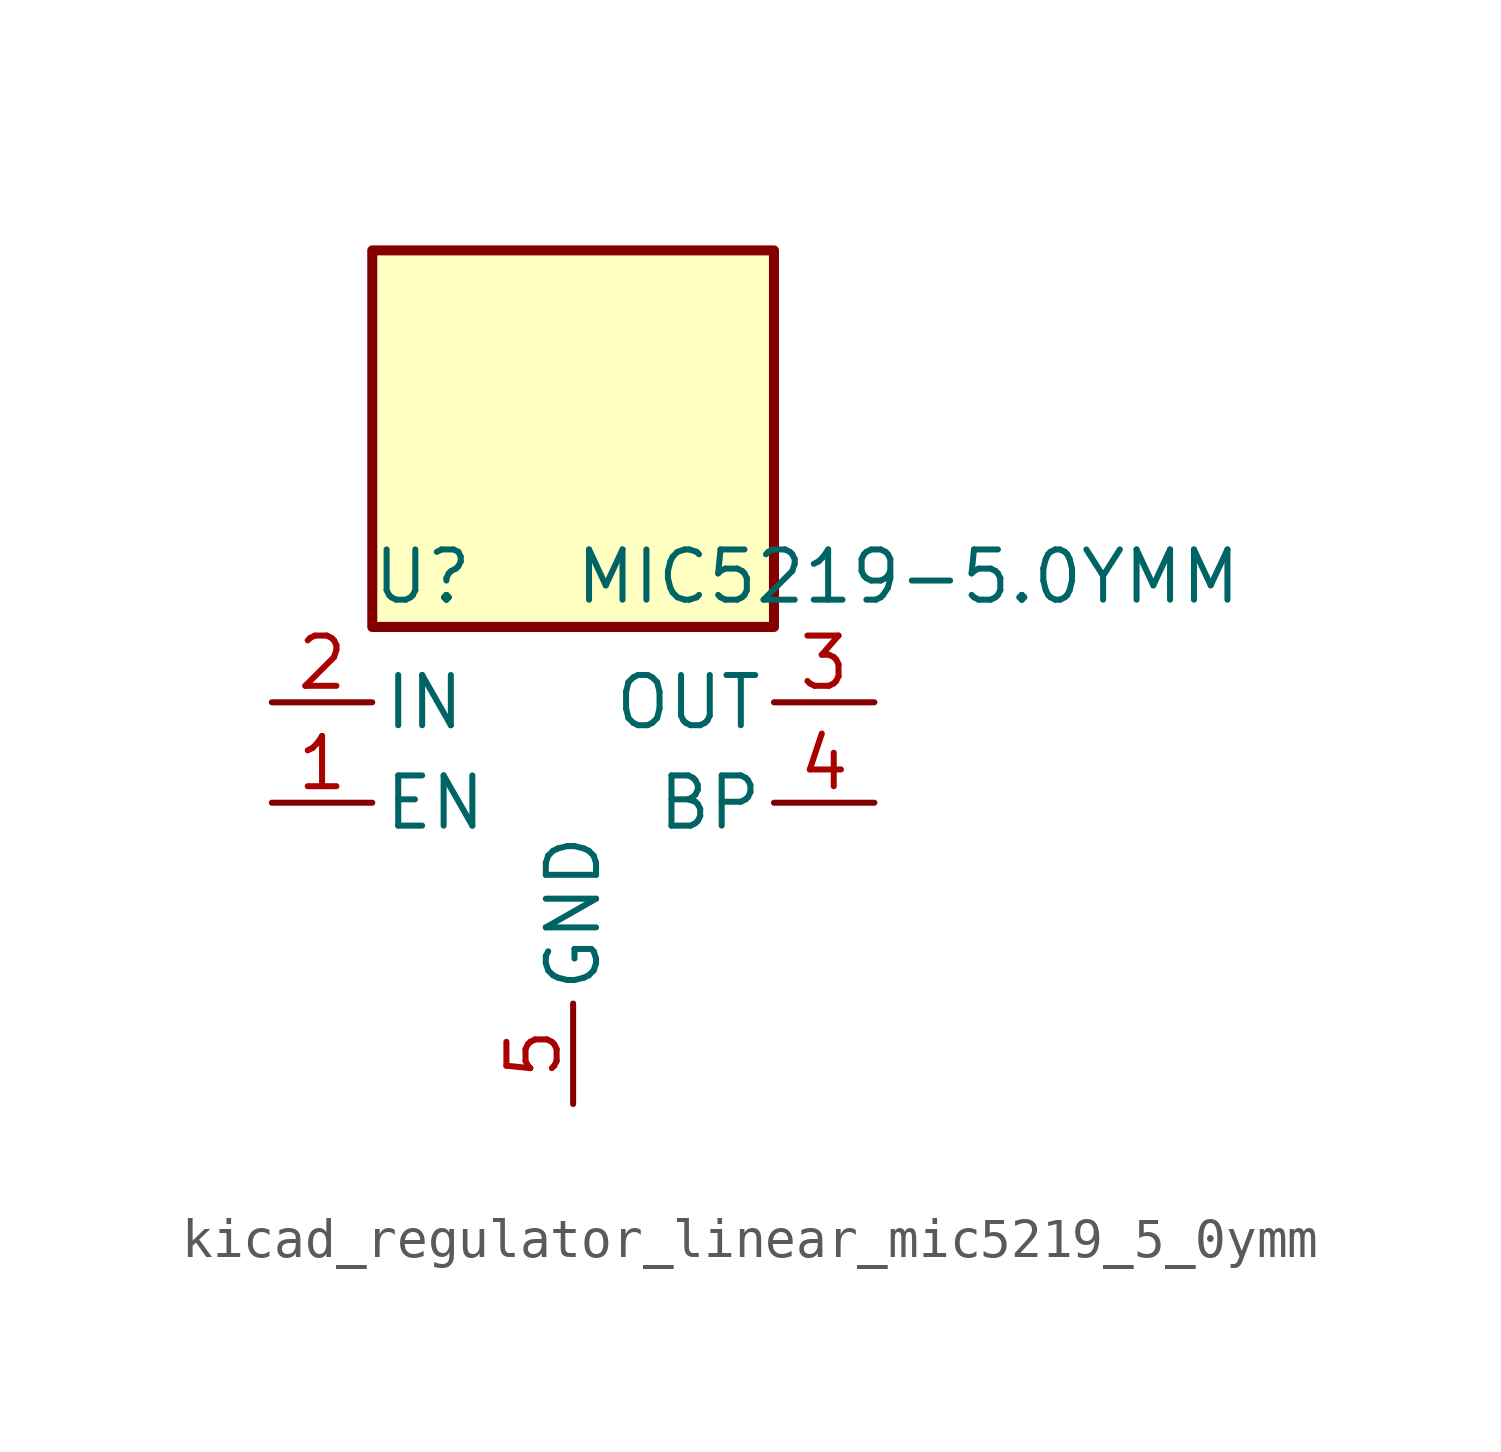
<source format=kicad_sym>
(kicad_symbol_lib
  (version 20220914)
  (generator kicad_symbol_editor)
  (symbol "kicad_regulator_linear_mic5219_5_0ymm"
    (pin_names
      (offset 0.254))
    (property "Reference" "U"
      (at -3.81 5.715 0)
      (effects (font (size 1.27 1.27))))
    (property "Value" "MIC5219-5.0YMM"
      (at 0 5.715 0)
      (effects (font (size 1.27 1.27)) (justify left)))
    (symbol "kicad_regulator_linear_mic5219_5_0ymm_0_1"
      (rectangle (start 5.08 13.97) (end -5.08 4.445) (stroke (width 0.254) (type default)) (fill (type background))))
    (symbol "kicad_regulator_linear_mic5219_5_0ymm_1_1"
      (pin input line (at -7.62 0 0) (length 2.54) (name "EN" (effects (font (size 1.27 1.27)))) (number "1" (effects (font (size 1.27 1.27)))))
      (pin power_in line (at -7.62 2.54 0) (length 2.54) (name "IN" (effects (font (size 1.27 1.27)))) (number "2" (effects (font (size 1.27 1.27)))))
      (pin power_out line (at 7.62 2.54 180) (length 2.54) (name "OUT" (effects (font (size 1.27 1.27)))) (number "3" (effects (font (size 1.27 1.27)))))
      (pin input line (at 7.62 0 180) (length 2.54) (name "BP" (effects (font (size 1.27 1.27)))) (number "4" (effects (font (size 1.27 1.27)))))
      (pin power_in line (at 0 -7.62 90) (length 2.54) (name "GND" (effects (font (size 1.27 1.27)))) (number "5" (effects (font (size 1.27 1.27)))))
      (pin passive line (at 0 -7.62 90) (length 2.54) hide (name "GND" (effects (font (size 1.27 1.27)))) (number "6" (effects (font (size 1.27 1.27)))))
      (pin passive line (at 0 -7.62 90) (length 2.54) hide (name "GND" (effects (font (size 1.27 1.27)))) (number "7" (effects (font (size 1.27 1.27)))))
      (pin passive line (at 0 -7.62 90) (length 2.54) hide (name "GND" (effects (font (size 1.27 1.27)))) (number "8" (effects (font (size 1.27 1.27))))))))
</source>
